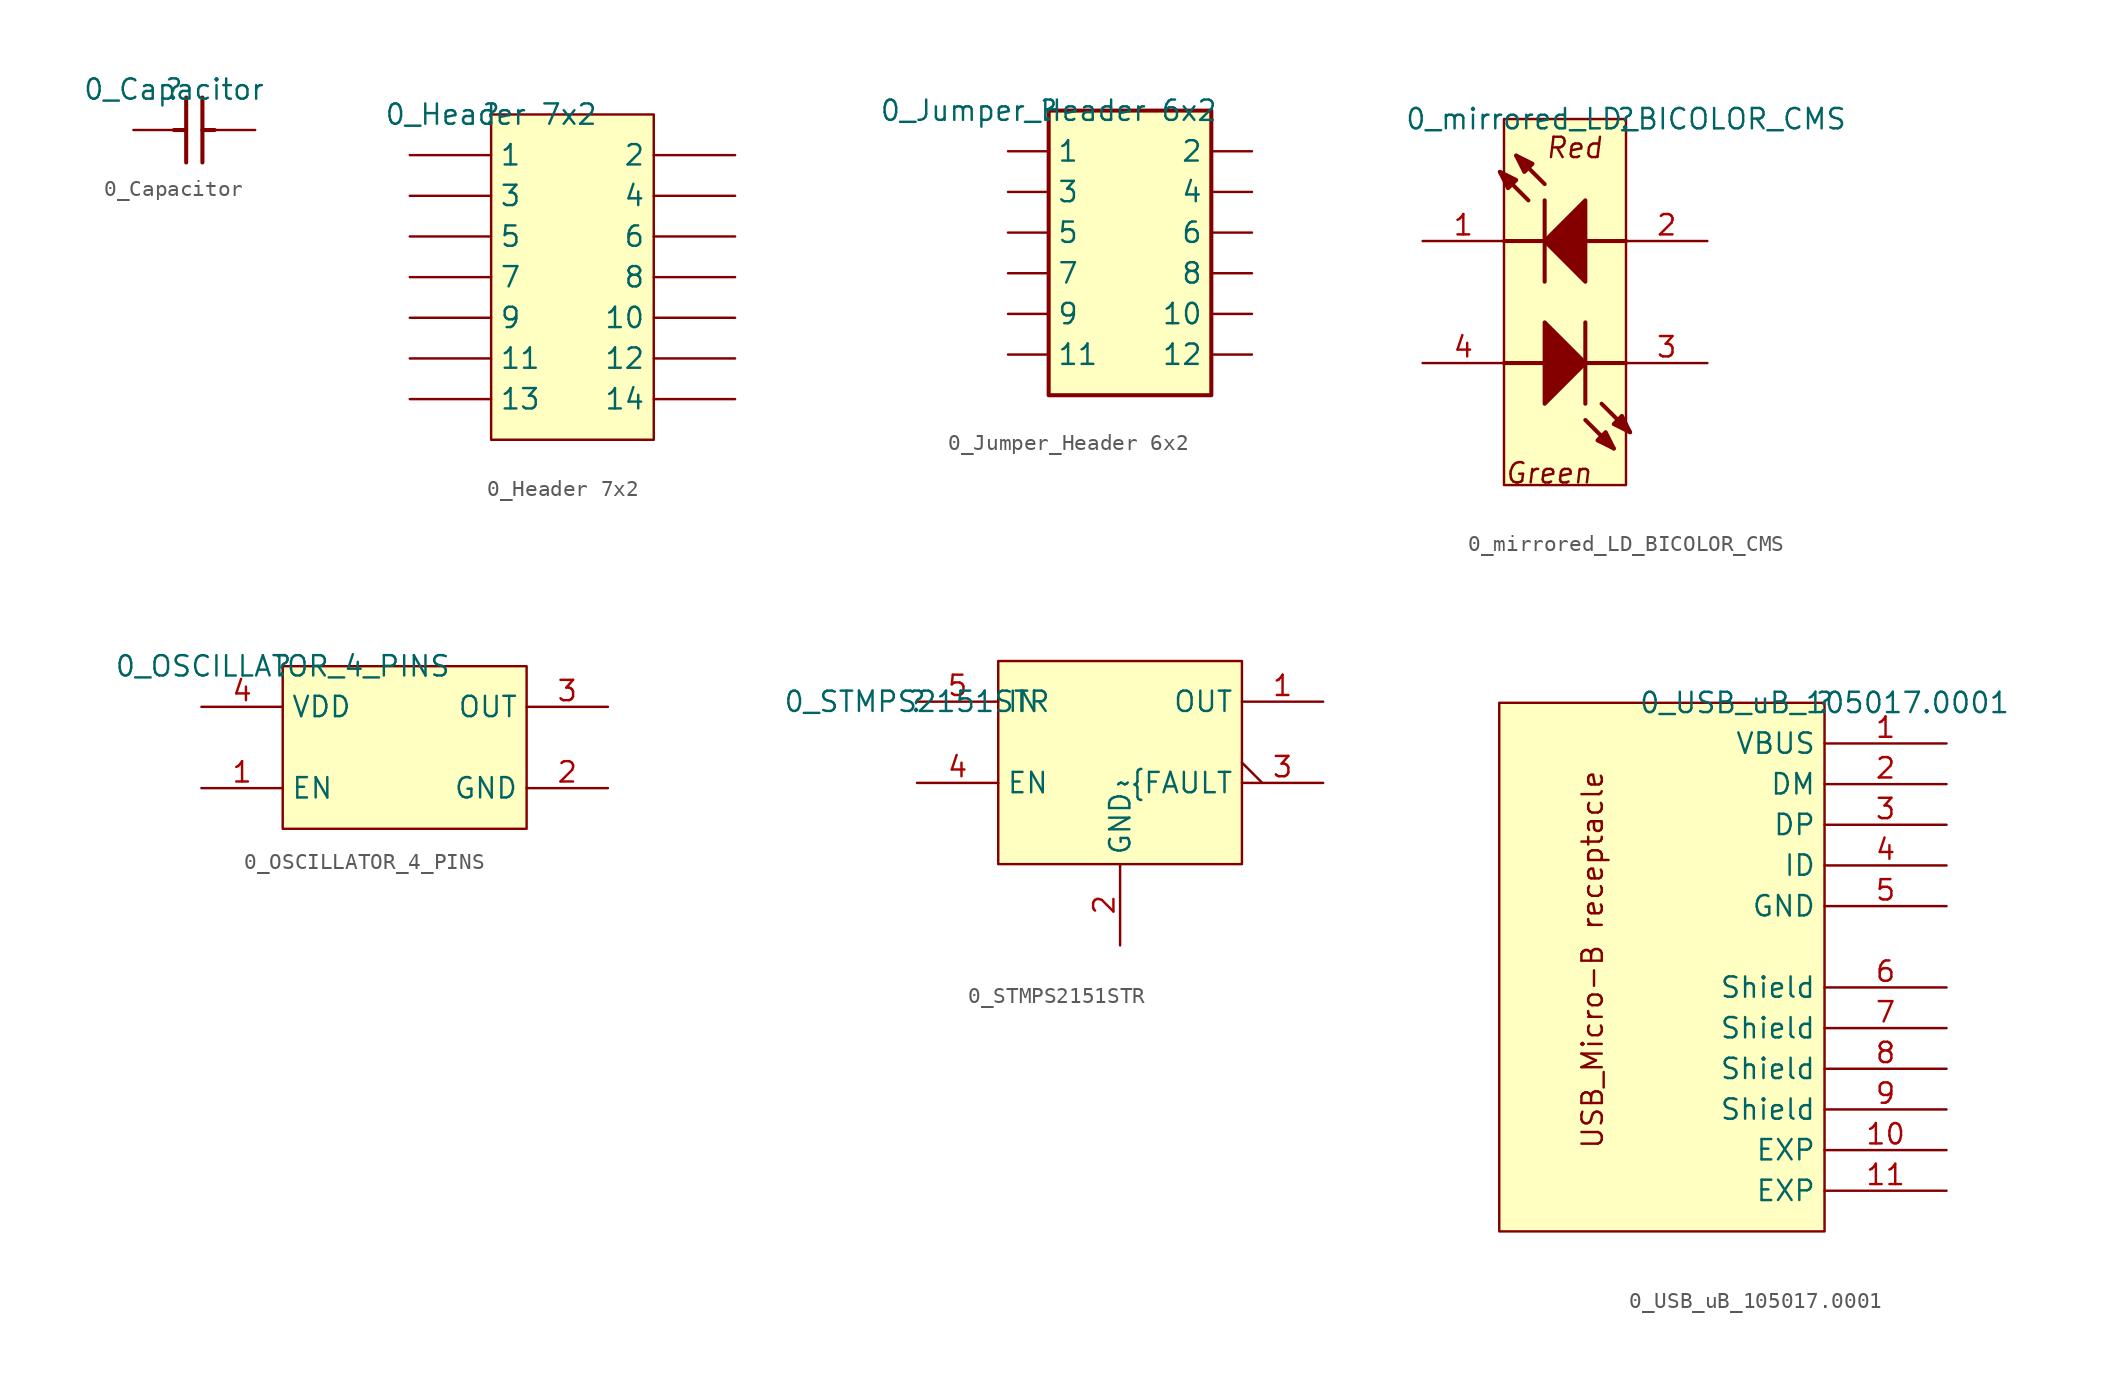
<source format=kicad_sym>
(kicad_symbol_lib
  (version 20211014)
  (generator kicad_symbol_editor)
  (symbol "0_Capacitor"
    (property "Reference" ""
      (at 0 0 0)
      (effects (font (size 1.27 1.27))))
    (property "Value" "0_Capacitor"
      (at 0 0 0)
      (effects (font (size 1.27 1.27))))
    (symbol "0_Capacitor_1_0"
      (polyline (pts (xy 0 -2.54) (xy 0.762 -2.54)) (stroke (width 0.254) (type default) (color 0 0 0 0)) (fill (type none)))
      (polyline (pts (xy 0.762 -4.572) (xy 0.762 -0.508)) (stroke (width 0.254) (type default) (color 0 0 0 0)) (fill (type none)))
      (polyline (pts (xy 1.778 -0.508) (xy 1.778 -4.572)) (stroke (width 0.254) (type default) (color 0 0 0 0)) (fill (type none)))
      (polyline (pts (xy 2.54 -2.54) (xy 1.778 -2.54)) (stroke (width 0.254) (type default) (color 0 0 0 0)) (fill (type none)))
      (pin passive line (at -2.54 -2.54 0) (length 2.54) (name "1" (effects (font (size 0 0)))) (number "1" (effects (font (size 0 0)))))
      (pin passive line (at 5.08 -2.54 180) (length 2.54) (name "2" (effects (font (size 0 0)))) (number "2" (effects (font (size 0 0)))))))
  (symbol "0_Header 7x2"
    (property "Reference" ""
      (at 0 0 0)
      (effects (font (size 1.27 1.27))))
    (property "Value" "0_Header 7x2"
      (at 0 0 0)
      (effects (font (size 1.27 1.27))))
    (symbol "0_Header 7x2_1_0"
      (rectangle (start 10.16 0) (end 0 -20.32) (stroke (width 0) (type default) (color 0 0 0 0)) (fill (type background)))
      (pin passive line (at -5.08 -2.54 0) (length 5.08) (name "1" (effects (font (size 1.27 1.27)))) (number "1" (effects (font (size 0 0)))))
      (pin passive line (at 15.24 -12.7 180) (length 5.08) (name "10" (effects (font (size 1.27 1.27)))) (number "10" (effects (font (size 0 0)))))
      (pin passive line (at -5.08 -15.24 0) (length 5.08) (name "11" (effects (font (size 1.27 1.27)))) (number "11" (effects (font (size 0 0)))))
      (pin passive line (at 15.24 -15.24 180) (length 5.08) (name "12" (effects (font (size 1.27 1.27)))) (number "12" (effects (font (size 0 0)))))
      (pin passive line (at -5.08 -17.78 0) (length 5.08) (name "13" (effects (font (size 1.27 1.27)))) (number "13" (effects (font (size 0 0)))))
      (pin passive line (at 15.24 -17.78 180) (length 5.08) (name "14" (effects (font (size 1.27 1.27)))) (number "14" (effects (font (size 0 0)))))
      (pin passive line (at 15.24 -2.54 180) (length 5.08) (name "2" (effects (font (size 1.27 1.27)))) (number "2" (effects (font (size 0 0)))))
      (pin passive line (at -5.08 -5.08 0) (length 5.08) (name "3" (effects (font (size 1.27 1.27)))) (number "3" (effects (font (size 0 0)))))
      (pin passive line (at 15.24 -5.08 180) (length 5.08) (name "4" (effects (font (size 1.27 1.27)))) (number "4" (effects (font (size 0 0)))))
      (pin passive line (at -5.08 -7.62 0) (length 5.08) (name "5" (effects (font (size 1.27 1.27)))) (number "5" (effects (font (size 0 0)))))
      (pin passive line (at 15.24 -7.62 180) (length 5.08) (name "6" (effects (font (size 1.27 1.27)))) (number "6" (effects (font (size 0 0)))))
      (pin passive line (at -5.08 -10.16 0) (length 5.08) (name "7" (effects (font (size 1.27 1.27)))) (number "7" (effects (font (size 0 0)))))
      (pin passive line (at 15.24 -10.16 180) (length 5.08) (name "8" (effects (font (size 1.27 1.27)))) (number "8" (effects (font (size 0 0)))))
      (pin passive line (at -5.08 -12.7 0) (length 5.08) (name "9" (effects (font (size 1.27 1.27)))) (number "9" (effects (font (size 0 0)))))))
  (symbol "0_Jumper_Header 6x2"
    (property "Reference" ""
      (at 0 0 0)
      (effects (font (size 1.27 1.27))))
    (property "Value" "0_Jumper_Header 6x2"
      (at 0 0 0)
      (effects (font (size 1.27 1.27))))
    (symbol "0_Jumper_Header 6x2_1_0"
      (rectangle (start 10.16 0) (end 0 -17.78) (stroke (width 0.254) (type default) (color 0 0 0 0)) (fill (type background)))
      (pin passive line (at -2.54 -2.54 0) (length 2.54) (name "1" (effects (font (size 1.27 1.27)))) (number "1" (effects (font (size 0 0)))))
      (pin passive line (at 12.7 -12.7 180) (length 2.54) (name "10" (effects (font (size 1.27 1.27)))) (number "10" (effects (font (size 0 0)))))
      (pin passive line (at -2.54 -15.24 0) (length 2.54) (name "11" (effects (font (size 1.27 1.27)))) (number "11" (effects (font (size 0 0)))))
      (pin passive line (at 12.7 -15.24 180) (length 2.54) (name "12" (effects (font (size 1.27 1.27)))) (number "12" (effects (font (size 0 0)))))
      (pin passive line (at 12.7 -2.54 180) (length 2.54) (name "2" (effects (font (size 1.27 1.27)))) (number "2" (effects (font (size 0 0)))))
      (pin passive line (at -2.54 -5.08 0) (length 2.54) (name "3" (effects (font (size 1.27 1.27)))) (number "3" (effects (font (size 0 0)))))
      (pin passive line (at 12.7 -5.08 180) (length 2.54) (name "4" (effects (font (size 1.27 1.27)))) (number "4" (effects (font (size 0 0)))))
      (pin passive line (at -2.54 -7.62 0) (length 2.54) (name "5" (effects (font (size 1.27 1.27)))) (number "5" (effects (font (size 0 0)))))
      (pin passive line (at 12.7 -7.62 180) (length 2.54) (name "6" (effects (font (size 1.27 1.27)))) (number "6" (effects (font (size 0 0)))))
      (pin passive line (at -2.54 -10.16 0) (length 2.54) (name "7" (effects (font (size 1.27 1.27)))) (number "7" (effects (font (size 0 0)))))
      (pin passive line (at 12.7 -10.16 180) (length 2.54) (name "8" (effects (font (size 1.27 1.27)))) (number "8" (effects (font (size 0 0)))))
      (pin passive line (at -2.54 -12.7 0) (length 2.54) (name "9" (effects (font (size 1.27 1.27)))) (number "9" (effects (font (size 0 0)))))))
  (symbol "0_mirrored_LD_BICOLOR_CMS"
    (property "Reference" ""
      (at 0 0 0)
      (effects (font (size 1.27 1.27))))
    (property "Value" "0_mirrored_LD_BICOLOR_CMS"
      (at 0 0 0)
      (effects (font (size 1.27 1.27))))
    (symbol "0_mirrored_LD_BICOLOR_CMS_1_0"
      (rectangle (start 0 0) (end -7.62 -22.86) (stroke (width 0) (type default) (color 0 0 0 0)) (fill (type background)))
      (polyline (pts (xy -7.62 -15.24) (xy -5.08 -15.24)) (stroke (width 0.254) (type default) (color 0 0 0 0)) (fill (type none)))
      (polyline (pts (xy -7.62 -7.62) (xy -5.08 -7.62)) (stroke (width 0.254) (type default) (color 0 0 0 0)) (fill (type none)))
      (polyline (pts (xy -6.096 -5.08) (xy -7.874 -3.302)) (stroke (width 0.254) (type default) (color 0 0 0 0)) (fill (type none)))
      (polyline (pts (xy -5.08 -10.16) (xy -5.08 -5.08)) (stroke (width 0.254) (type default) (color 0 0 0 0)) (fill (type none)))
      (polyline (pts (xy -5.08 -4.064) (xy -6.858 -2.286)) (stroke (width 0.254) (type default) (color 0 0 0 0)) (fill (type none)))
      (polyline (pts (xy -2.54 -18.796) (xy -0.762 -20.574)) (stroke (width 0.254) (type default) (color 0 0 0 0)) (fill (type none)))
      (polyline (pts (xy -2.54 -12.7) (xy -2.54 -17.78)) (stroke (width 0.254) (type default) (color 0 0 0 0)) (fill (type none)))
      (polyline (pts (xy -1.524 -17.78) (xy 0.254 -19.558)) (stroke (width 0.254) (type default) (color 0 0 0 0)) (fill (type none)))
      (polyline (pts (xy 0 -15.24) (xy -2.54 -15.24)) (stroke (width 0.254) (type default) (color 0 0 0 0)) (fill (type none)))
      (polyline (pts (xy 0 -7.62) (xy -2.54 -7.62)) (stroke (width 0.254) (type default) (color 0 0 0 0)) (fill (type none)))
      (polyline (pts (xy -7.874 -3.302) (xy -7.366 -4.318) (xy -6.858 -3.81) (xy -7.874 -3.302)) (stroke (width 0.254) (type default) (color 0 0 0 0)) (fill (type outline)))
      (polyline (pts (xy -6.858 -2.286) (xy -6.35 -3.302) (xy -5.842 -2.794) (xy -6.858 -2.286)) (stroke (width 0.254) (type default) (color 0 0 0 0)) (fill (type outline)))
      (polyline (pts (xy -5.08 -17.78) (xy -2.54 -15.24) (xy -5.08 -12.7) (xy -5.08 -17.78)) (stroke (width 0.254) (type default) (color 0 0 0 0)) (fill (type outline)))
      (polyline (pts (xy -2.54 -5.08) (xy -5.08 -7.62) (xy -2.54 -10.16) (xy -2.54 -5.08)) (stroke (width 0.254) (type default) (color 0 0 0 0)) (fill (type outline)))
      (polyline (pts (xy -0.762 -20.574) (xy -1.27 -19.558) (xy -1.778 -20.066) (xy -0.762 -20.574)) (stroke (width 0.254) (type default) (color 0 0 0 0)) (fill (type outline)))
      (polyline (pts (xy 0.254 -19.558) (xy -0.254 -18.542) (xy -0.762 -19.05) (xy 0.254 -19.558)) (stroke (width 0.254) (type default) (color 0 0 0 0)) (fill (type outline)))
      (text "Green" (at -7.62 -22.86 0) (effects (font (size 1.27 1.27) italic) (justify left bottom)))
      (text "Red" (at -5.08 -2.54 0) (effects (font (size 1.27 1.27) italic) (justify left bottom)))
      (pin passive line (at -12.7 -7.62 0) (length 5.08) (name "RED_cathode" (effects (font (size 0 0)))) (number "1" (effects (font (size 1.27 1.27)))))
      (pin passive line (at 5.08 -7.62 180) (length 5.08) (name "Red_anode" (effects (font (size 0 0)))) (number "2" (effects (font (size 1.27 1.27)))))
      (pin passive line (at 5.08 -15.24 180) (length 5.08) (name "YellowGreen_cathode" (effects (font (size 0 0)))) (number "3" (effects (font (size 1.27 1.27)))))
      (pin passive line (at -12.7 -15.24 0) (length 5.08) (name "YellowGreen_anode" (effects (font (size 0 0)))) (number "4" (effects (font (size 1.27 1.27)))))))
  (symbol "0_OSCILLATOR_4_PINS"
    (property "Reference" ""
      (at 0 0 0)
      (effects (font (size 1.27 1.27))))
    (property "Value" "0_OSCILLATOR_4_PINS"
      (at 0 0 0)
      (effects (font (size 1.27 1.27))))
    (symbol "0_OSCILLATOR_4_PINS_1_0"
      (rectangle (start 15.24 0) (end 0 -10.16) (stroke (width 0) (type default) (color 0 0 0 0)) (fill (type background)))
      (pin passive line (at -5.08 -7.62 0) (length 5.08) (name "EN" (effects (font (size 1.27 1.27)))) (number "1" (effects (font (size 1.27 1.27)))))
      (pin passive line (at 20.32 -7.62 180) (length 5.08) (name "GND" (effects (font (size 1.27 1.27)))) (number "2" (effects (font (size 1.27 1.27)))))
      (pin passive line (at 20.32 -2.54 180) (length 5.08) (name "OUT" (effects (font (size 1.27 1.27)))) (number "3" (effects (font (size 1.27 1.27)))))
      (pin passive line (at -5.08 -2.54 0) (length 5.08) (name "VDD" (effects (font (size 1.27 1.27)))) (number "4" (effects (font (size 1.27 1.27)))))))
  (symbol "0_STMPS2151STR"
    (property "Reference" ""
      (at 0 0 0)
      (effects (font (size 1.27 1.27))))
    (property "Value" "0_STMPS2151STR"
      (at 0 0 0)
      (effects (font (size 1.27 1.27))))
    (symbol "0_STMPS2151STR_1_0"
      (rectangle (start 20.32 2.54) (end 5.08 -10.16) (stroke (width 0) (type default) (color 0 0 0 0)) (fill (type background)))
      (pin passive line (at 25.4 0 180) (length 5.08) (name "OUT" (effects (font (size 1.27 1.27)))) (number "1" (effects (font (size 1.27 1.27)))))
      (pin passive line (at 12.7 -15.24 90) (length 5.08) (name "GND" (effects (font (size 1.27 1.27)))) (number "2" (effects (font (size 1.27 1.27)))))
      (pin passive output_low (at 25.4 -5.08 180) (length 5.08) (name "~{FAULT" (effects (font (size 1.27 1.27)))) (number "3" (effects (font (size 1.27 1.27)))))
      (pin passive line (at 0 -5.08 0) (length 5.08) (name "EN" (effects (font (size 1.27 1.27)))) (number "4" (effects (font (size 1.27 1.27)))))
      (pin passive line (at 0 0 0) (length 5.08) (name "IN" (effects (font (size 1.27 1.27)))) (number "5" (effects (font (size 1.27 1.27)))))))
  (symbol "0_USB_uB_105017.0001"
    (property "Reference" ""
      (at 0 0 0)
      (effects (font (size 1.27 1.27))))
    (property "Value" "0_USB_uB_105017.0001"
      (at 0 0 0)
      (effects (font (size 1.27 1.27))))
    (symbol "0_USB_uB_105017.0001_1_0"
      (rectangle (start 0 0) (end -20.32 -33.02) (stroke (width 0) (type default) (color 0 0 0 0)) (fill (type background)))
      (text "USB_Micro-B receptacle" (at -15.24 -27.94 900) (effects (font (size 1.27 1.27)) (justify left top)))
      (pin passive line (at 7.62 -2.54 180) (length 7.62) (name "VBUS" (effects (font (size 1.27 1.27)))) (number "1" (effects (font (size 1.27 1.27)))))
      (pin passive line (at 7.62 -27.94 180) (length 7.62) (name "EXP" (effects (font (size 1.27 1.27)))) (number "10" (effects (font (size 1.27 1.27)))))
      (pin passive line (at 7.62 -30.48 180) (length 7.62) (name "EXP" (effects (font (size 1.27 1.27)))) (number "11" (effects (font (size 1.27 1.27)))))
      (pin passive line (at 7.62 -5.08 180) (length 7.62) (name "DM" (effects (font (size 1.27 1.27)))) (number "2" (effects (font (size 1.27 1.27)))))
      (pin passive line (at 7.62 -7.62 180) (length 7.62) (name "DP" (effects (font (size 1.27 1.27)))) (number "3" (effects (font (size 1.27 1.27)))))
      (pin passive line (at 7.62 -10.16 180) (length 7.62) (name "ID" (effects (font (size 1.27 1.27)))) (number "4" (effects (font (size 1.27 1.27)))))
      (pin passive line (at 7.62 -12.7 180) (length 7.62) (name "GND" (effects (font (size 1.27 1.27)))) (number "5" (effects (font (size 1.27 1.27)))))
      (pin passive line (at 7.62 -17.78 180) (length 7.62) (name "Shield" (effects (font (size 1.27 1.27)))) (number "6" (effects (font (size 1.27 1.27)))))
      (pin passive line (at 7.62 -20.32 180) (length 7.62) (name "Shield" (effects (font (size 1.27 1.27)))) (number "7" (effects (font (size 1.27 1.27)))))
      (pin passive line (at 7.62 -22.86 180) (length 7.62) (name "Shield" (effects (font (size 1.27 1.27)))) (number "8" (effects (font (size 1.27 1.27)))))
      (pin passive line (at 7.62 -25.4 180) (length 7.62) (name "Shield" (effects (font (size 1.27 1.27)))) (number "9" (effects (font (size 1.27 1.27))))))))
</source>
